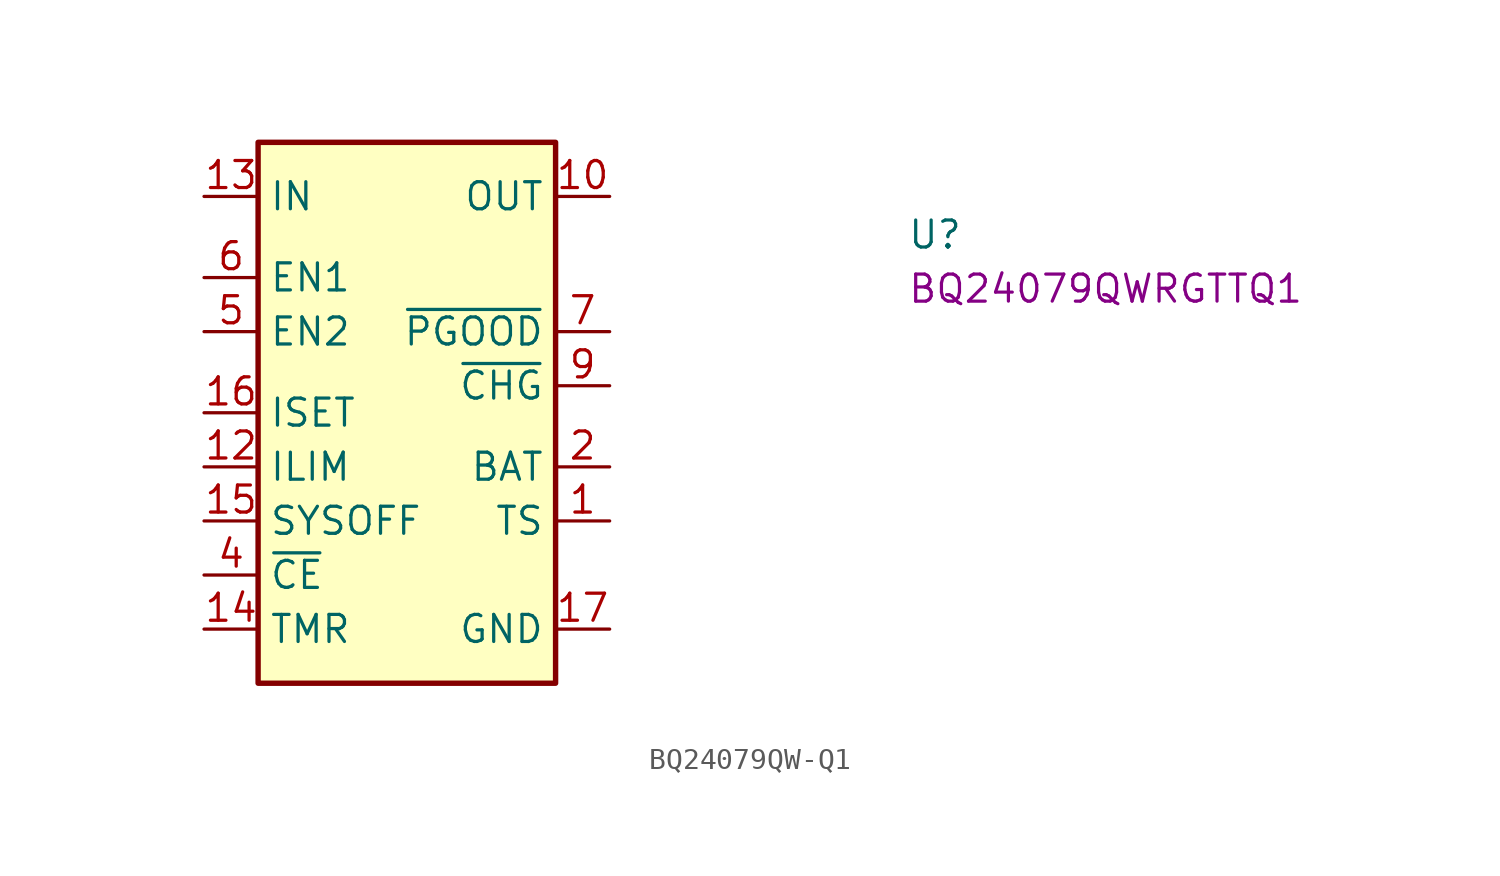
<source format=kicad_sym>
(kicad_symbol_lib
  (version 20220914)
  (generator kicad_symbol_editor)
  (symbol "BQ24079QW-Q1"
    (property "Reference" "U"
      (at 33.02 -2.54 0)
      (effects (font (size 1.27 1.27) (thickness 0.15)) (justify left bottom)))
    (property "MPN" "BQ24079QWRGTTQ1"
      (at 33.02 -5.08 0)
      (effects (font (size 1.27 1.27) (thickness 0.15)) (justify left bottom)))
    (symbol "BQ24079QW-Q1_1_1"
      (rectangle (start 2.54 2.54) (end 16.51 -22.86) (stroke (width 0.254) (type default)) (fill (type background)))
      (pin input line (at 19.05 -15.24 180) (length 2.54) (name "TS" (effects (font (size 1.27 1.27)))) (number "1" (effects (font (size 1.27 1.27)))))
      (pin passive line (at 19.05 0 180) (length 2.54) (name "OUT" (effects (font (size 1.27 1.27)))) (number "10" (effects (font (size 1.27 1.27)))))
      (pin passive line (at 19.05 0 180) (length 2.54) hide (name "OUT" (effects (font (size 1.27 1.27)))) (number "11" (effects (font (size 1.27 1.27)))))
      (pin input line (at 0 -12.7 0) (length 2.54) (name "ILIM" (effects (font (size 1.27 1.27)))) (number "12" (effects (font (size 1.27 1.27)))))
      (pin power_in line (at 0 0 0) (length 2.54) (name "IN" (effects (font (size 1.27 1.27)))) (number "13" (effects (font (size 1.27 1.27)))))
      (pin input line (at 0 -20.32 0) (length 2.54) (name "TMR" (effects (font (size 1.27 1.27)))) (number "14" (effects (font (size 1.27 1.27)))))
      (pin input line (at 0 -15.24 0) (length 2.54) (name "SYSOFF" (effects (font (size 1.27 1.27)))) (number "15" (effects (font (size 1.27 1.27)))))
      (pin bidirectional line (at 0 -10.16 0) (length 2.54) (name "ISET" (effects (font (size 1.27 1.27)))) (number "16" (effects (font (size 1.27 1.27)))))
      (pin passive line (at 19.05 -20.32 180) (length 2.54) (name "GND" (effects (font (size 1.27 1.27)))) (number "17" (effects (font (size 1.27 1.27)))))
      (pin passive line (at 19.05 -12.7 180) (length 2.54) (name "BAT" (effects (font (size 1.27 1.27)))) (number "2" (effects (font (size 1.27 1.27)))))
      (pin passive line (at 19.05 -12.7 180) (length 2.54) hide (name "BAT" (effects (font (size 1.27 1.27)))) (number "3" (effects (font (size 1.27 1.27)))))
      (pin input line (at 0 -17.78 0) (length 2.54) (name "~{CE}" (effects (font (size 1.27 1.27)))) (number "4" (effects (font (size 1.27 1.27)))))
      (pin input line (at 0 -6.35 0) (length 2.54) (name "EN2" (effects (font (size 1.27 1.27)))) (number "5" (effects (font (size 1.27 1.27)))))
      (pin input line (at 0 -3.81 0) (length 2.54) (name "EN1" (effects (font (size 1.27 1.27)))) (number "6" (effects (font (size 1.27 1.27)))))
      (pin output line (at 19.05 -6.35 180) (length 2.54) (name "~{PGOOD}" (effects (font (size 1.27 1.27)))) (number "7" (effects (font (size 1.27 1.27)))))
      (pin passive line (at 19.05 -20.32 180) (length 2.54) hide (name "GND" (effects (font (size 1.27 1.27)))) (number "8" (effects (font (size 1.27 1.27)))))
      (pin output line (at 19.05 -8.89 180) (length 2.54) (name "~{CHG}" (effects (font (size 1.27 1.27)))) (number "9" (effects (font (size 1.27 1.27))))))))
</source>
